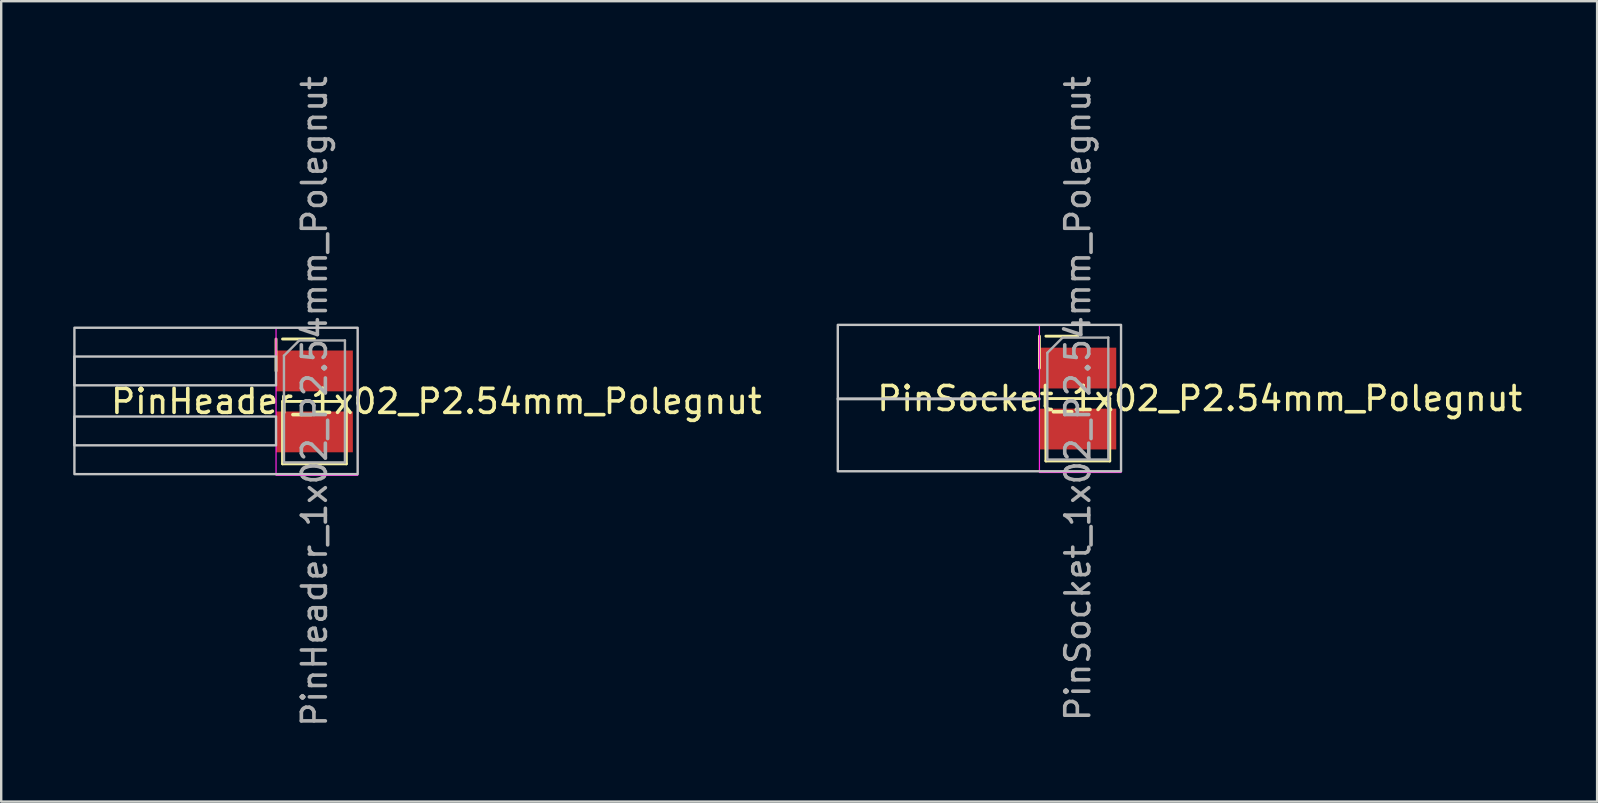
<source format=kicad_pcb>
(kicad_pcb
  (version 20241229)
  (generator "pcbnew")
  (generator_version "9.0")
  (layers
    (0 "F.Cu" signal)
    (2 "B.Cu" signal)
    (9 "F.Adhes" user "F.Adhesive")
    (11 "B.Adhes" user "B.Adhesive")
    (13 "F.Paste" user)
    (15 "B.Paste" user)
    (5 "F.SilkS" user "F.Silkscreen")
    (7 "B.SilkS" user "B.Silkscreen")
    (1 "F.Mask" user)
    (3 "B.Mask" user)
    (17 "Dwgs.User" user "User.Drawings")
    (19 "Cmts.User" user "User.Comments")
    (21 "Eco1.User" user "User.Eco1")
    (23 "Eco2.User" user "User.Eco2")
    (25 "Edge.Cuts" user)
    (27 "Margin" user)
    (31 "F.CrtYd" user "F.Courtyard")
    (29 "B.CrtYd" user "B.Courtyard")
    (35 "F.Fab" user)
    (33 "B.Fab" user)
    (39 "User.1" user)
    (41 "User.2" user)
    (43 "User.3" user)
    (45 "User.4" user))
  (footprint "PinHeader_1x02_P2.54mm_Polegnut"
    (layer "F.Cu")
    (at 10.05 13.673)
    (property "Reference" "PinHeader_1x02_P2.54mm_Polegnut" (at 5.08 0 0) (layer "F.SilkS") (effects (font (size 1 1) (thickness 0.15))))
    (attr through_hole)
    (fp_line (start -1.6 -1.27) (end -1.6 -2.6) (stroke (width 0.12) (type solid)) (layer "F.SilkS"))
    (fp_line (start -1.33 -2.6) (end 0 -2.6) (stroke (width 0.12) (type solid)) (layer "F.SilkS"))
    (fp_line (start -1.33 0) (end -1.33 2.6) (stroke (width 0.12) (type solid)) (layer "F.SilkS"))
    (fp_line (start -1.33 0) (end 1.33 0) (stroke (width 0.12) (type solid)) (layer "F.SilkS"))
    (fp_line (start -1.33 2.6) (end 1.33 2.6) (stroke (width 0.12) (type solid)) (layer "F.SilkS"))
    (fp_line (start 1.33 0) (end 1.33 2.6) (stroke (width 0.12) (type solid)) (layer "F.SilkS"))
    (fp_rect (start -10 -3.07) (end 1.8 3.03) (stroke (width 0.1) (type default)) (fill no) (layer "Dwgs.User"))
    (fp_rect (start -10 -1.87) (end -1.6 -0.67) (stroke (width 0.1) (type default)) (fill no) (layer "Dwgs.User"))
    (fp_rect (start -10 0.63) (end -1.6 1.83) (stroke (width 0.1) (type default)) (fill no) (layer "Dwgs.User"))
    (fp_rect (start -1.6 -3.07) (end 1.8 3.08) (stroke (width 0.05) (type default)) (fill no) (layer "F.CrtYd"))
    (fp_line (start -1.27 -1.905) (end -0.635 -2.54) (stroke (width 0.1) (type solid)) (layer "F.Fab"))
    (fp_line (start -1.27 2.54) (end -1.27 -1.905) (stroke (width 0.1) (type solid)) (layer "F.Fab"))
    (fp_line (start -0.635 -2.54) (end 1.27 -2.54) (stroke (width 0.1) (type solid)) (layer "F.Fab"))
    (fp_line (start 1.27 -2.54) (end 1.27 2.54) (stroke (width 0.1) (type solid)) (layer "F.Fab"))
    (fp_line (start 1.27 2.54) (end -1.27 2.54) (stroke (width 0.1) (type solid)) (layer "F.Fab"))
    (fp_text user "${REFERENCE}" (at 0 0 90) (layer "F.Fab") (effects (font (size 1 1) (thickness 0.15))))
    (pad "1" smd rect (at 0 -1.27) (size 3.2 1.7) (layers "F.Cu" "F.Mask" "F.Paste"))
    (pad "2" smd rect (at 0 1.27) (size 3.2 1.7) (layers "F.Cu" "F.Mask" "F.Paste")))
  (footprint "PinSocket_1x02_P2.54mm_Polegnut"
    (layer "F.Cu")
    (at 41.853 13.554)
    (property "Reference" "PinSocket_1x02_P2.54mm_Polegnut" (at 5.08 0 0) (layer "F.SilkS") (effects (font (size 1 1) (thickness 0.15))))
    (attr through_hole)
    (fp_line (start -1.6 -1.27) (end -1.6 -2.6) (stroke (width 0.12) (type solid)) (layer "F.SilkS"))
    (fp_line (start -1.33 -2.6) (end 0 -2.6) (stroke (width 0.12) (type solid)) (layer "F.SilkS"))
    (fp_line (start -1.33 0) (end -1.33 2.6) (stroke (width 0.12) (type solid)) (layer "F.SilkS"))
    (fp_line (start -1.33 0) (end 1.33 0) (stroke (width 0.12) (type solid)) (layer "F.SilkS"))
    (fp_line (start -1.33 2.6) (end 1.33 2.6) (stroke (width 0.12) (type solid)) (layer "F.SilkS"))
    (fp_line (start 1.33 0) (end 1.33 2.6) (stroke (width 0.12) (type solid)) (layer "F.SilkS"))
    (fp_rect (start -10 -3.07) (end 1.8 3.03) (stroke (width 0.1) (type default)) (fill no) (layer "Dwgs.User"))
    (fp_rect (start -10 0) (end -1.6 0.025) (stroke (width 0.1) (type default)) (fill no) (layer "Dwgs.User"))
    (fp_rect (start -1.6 -3.07) (end 1.8 3.08) (stroke (width 0.05) (type default)) (fill no) (layer "F.CrtYd"))
    (fp_line (start -1.27 -1.905) (end -0.635 -2.54) (stroke (width 0.1) (type solid)) (layer "F.Fab"))
    (fp_line (start -1.27 2.54) (end -1.27 -1.905) (stroke (width 0.1) (type solid)) (layer "F.Fab"))
    (fp_line (start -0.635 -2.54) (end 1.27 -2.54) (stroke (width 0.1) (type solid)) (layer "F.Fab"))
    (fp_line (start 1.27 -2.54) (end 1.27 2.54) (stroke (width 0.1) (type solid)) (layer "F.Fab"))
    (fp_line (start 1.27 2.54) (end -1.27 2.54) (stroke (width 0.1) (type solid)) (layer "F.Fab"))
    (fp_text user "${REFERENCE}" (at 0 0 90) (layer "F.Fab") (effects (font (size 1 1) (thickness 0.15))))
    (pad "1" smd rect (at 0 -1.27) (size 3.2 1.7) (layers "F.Cu" "F.Mask" "F.Paste"))
    (pad "2" smd rect (at 0 1.27) (size 3.2 1.7) (layers "F.Cu" "F.Mask" "F.Paste")))
  (gr_rect
    (start -3 -3)
    (end 63.486 30.345)
    (stroke (width 0.1) (type default))
    (fill no)
    (layer "Edge.Cuts")))
</source>
